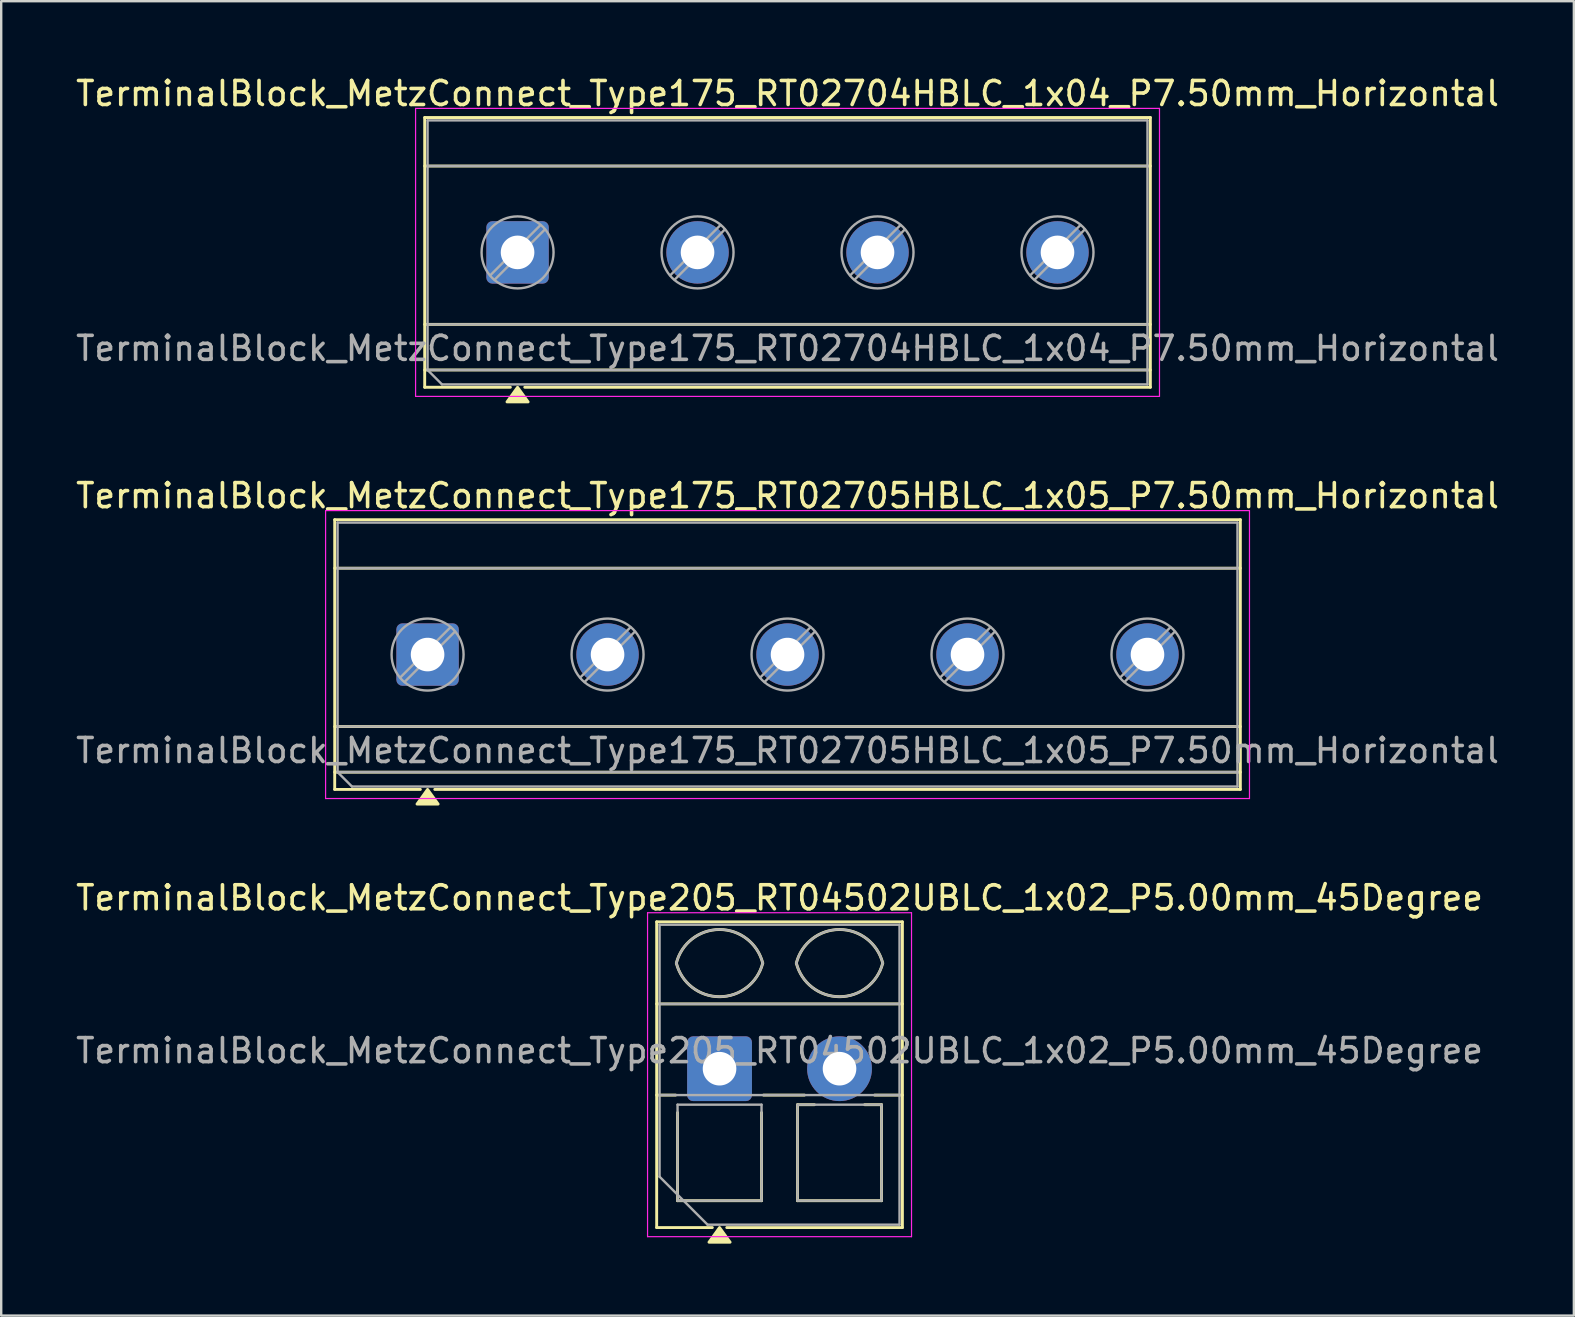
<source format=kicad_pcb>
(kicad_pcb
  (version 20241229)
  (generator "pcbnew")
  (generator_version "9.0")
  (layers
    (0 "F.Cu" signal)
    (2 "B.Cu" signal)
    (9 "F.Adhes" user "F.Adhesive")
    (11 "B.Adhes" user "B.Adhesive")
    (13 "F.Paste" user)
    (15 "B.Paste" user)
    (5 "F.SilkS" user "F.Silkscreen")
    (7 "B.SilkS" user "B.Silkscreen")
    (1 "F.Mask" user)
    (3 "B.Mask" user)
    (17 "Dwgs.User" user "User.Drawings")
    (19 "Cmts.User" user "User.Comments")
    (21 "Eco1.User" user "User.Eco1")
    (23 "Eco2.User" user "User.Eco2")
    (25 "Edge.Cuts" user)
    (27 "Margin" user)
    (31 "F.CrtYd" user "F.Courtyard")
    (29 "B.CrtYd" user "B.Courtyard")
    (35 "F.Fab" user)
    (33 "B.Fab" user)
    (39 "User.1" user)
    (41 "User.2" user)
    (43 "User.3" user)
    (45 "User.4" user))
  (footprint "TerminalBlock_MetzConnect_Type175_RT02705HBLC_1x05_P7.50mm_Horizontal"
    (layer "F.Cu")
    (at 14.768 24.227)
    (property "Reference" "TerminalBlock_MetzConnect_Type175_RT02705HBLC_1x05_P7.50mm_Horizontal" (at 15 -6.62 0) (layer "F.SilkS") (effects (font (size 1 1) (thickness 0.15))))
    (attr through_hole)
    (fp_line (start -3.87 -5.62) (end -3.87 5.62) (stroke (width 0.12) (type solid)) (layer "F.SilkS"))
    (fp_line (start -3.87 -5.62) (end 33.87 -5.62) (stroke (width 0.12) (type solid)) (layer "F.SilkS"))
    (fp_line (start -3.87 -3.6) (end 33.87 -3.6) (stroke (width 0.12) (type solid)) (layer "F.SilkS"))
    (fp_line (start -3.87 3) (end 33.87 3) (stroke (width 0.12) (type solid)) (layer "F.SilkS"))
    (fp_line (start -3.87 4.9) (end 33.87 4.9) (stroke (width 0.12) (type solid)) (layer "F.SilkS"))
    (fp_line (start -3.87 5.62) (end -0.3 5.62) (stroke (width 0.12) (type solid)) (layer "F.SilkS"))
    (fp_line (start 0.3 5.62) (end 33.87 5.62) (stroke (width 0.12) (type solid)) (layer "F.SilkS"))
    (fp_line (start 33.87 -5.62) (end 33.87 5.62) (stroke (width 0.12) (type solid)) (layer "F.SilkS"))
    (fp_poly (pts (xy 0 5.62) (xy 0.44 6.23) (xy -0.44 6.23)) (stroke (width 0.12) (type solid)) (fill yes) (layer "F.SilkS"))
    (fp_line (start -4.25 -6) (end -4.25 6) (stroke (width 0.05) (type solid)) (layer "F.CrtYd"))
    (fp_line (start -4.25 6) (end 34.25 6) (stroke (width 0.05) (type solid)) (layer "F.CrtYd"))
    (fp_line (start 34.25 -6) (end -4.25 -6) (stroke (width 0.05) (type solid)) (layer "F.CrtYd"))
    (fp_line (start 34.25 6) (end 34.25 -6) (stroke (width 0.05) (type solid)) (layer "F.CrtYd"))
    (fp_line (start -3.75 -5.5) (end 33.75 -5.5) (stroke (width 0.1) (type solid)) (layer "F.Fab"))
    (fp_line (start -3.75 -3.6) (end 33.75 -3.6) (stroke (width 0.1) (type solid)) (layer "F.Fab"))
    (fp_line (start -3.75 3) (end 33.75 3) (stroke (width 0.1) (type solid)) (layer "F.Fab"))
    (fp_line (start -3.75 4.9) (end -3.75 -5.5) (stroke (width 0.1) (type solid)) (layer "F.Fab"))
    (fp_line (start -3.75 4.9) (end 33.75 4.9) (stroke (width 0.1) (type solid)) (layer "F.Fab"))
    (fp_line (start -3.15 5.5) (end -3.75 4.9) (stroke (width 0.1) (type solid)) (layer "F.Fab"))
    (fp_line (start 0.955 -1.138) (end -1.138 0.955) (stroke (width 0.1) (type solid)) (layer "F.Fab"))
    (fp_line (start 1.138 -0.955) (end -0.955 1.138) (stroke (width 0.1) (type solid)) (layer "F.Fab"))
    (fp_line (start 8.455 -1.138) (end 6.362 0.955) (stroke (width 0.1) (type solid)) (layer "F.Fab"))
    (fp_line (start 8.638 -0.955) (end 6.545 1.138) (stroke (width 0.1) (type solid)) (layer "F.Fab"))
    (fp_line (start 15.955 -1.138) (end 13.862 0.955) (stroke (width 0.1) (type solid)) (layer "F.Fab"))
    (fp_line (start 16.138 -0.955) (end 14.045 1.138) (stroke (width 0.1) (type solid)) (layer "F.Fab"))
    (fp_line (start 23.455 -1.138) (end 21.362 0.955) (stroke (width 0.1) (type solid)) (layer "F.Fab"))
    (fp_line (start 23.638 -0.955) (end 21.545 1.138) (stroke (width 0.1) (type solid)) (layer "F.Fab"))
    (fp_line (start 30.955 -1.138) (end 28.862 0.955) (stroke (width 0.1) (type solid)) (layer "F.Fab"))
    (fp_line (start 31.138 -0.955) (end 29.045 1.138) (stroke (width 0.1) (type solid)) (layer "F.Fab"))
    (fp_line (start 33.75 -5.5) (end 33.75 5.5) (stroke (width 0.1) (type solid)) (layer "F.Fab"))
    (fp_line (start 33.75 5.5) (end -3.15 5.5) (stroke (width 0.1) (type solid)) (layer "F.Fab"))
    (fp_circle (center 0 0) (end 1.5 0) (stroke (width 0.1) (type solid)) (fill no) (layer "F.Fab"))
    (fp_circle (center 7.5 0) (end 9 0) (stroke (width 0.1) (type solid)) (fill no) (layer "F.Fab"))
    (fp_circle (center 15 0) (end 16.5 0) (stroke (width 0.1) (type solid)) (fill no) (layer "F.Fab"))
    (fp_circle (center 22.5 0) (end 24 0) (stroke (width 0.1) (type solid)) (fill no) (layer "F.Fab"))
    (fp_circle (center 30 0) (end 31.5 0) (stroke (width 0.1) (type solid)) (fill no) (layer "F.Fab"))
    (fp_text user "${REFERENCE}" (at 15 4 0) (layer "F.Fab") (effects (font (size 1 1) (thickness 0.15))))
    (pad "1" thru_hole roundrect (at 0 0) (size 2.6 2.6) (drill 1.4) (layers "*.Cu" "*.Mask") (roundrect_rratio 0.096))
    (pad "2" thru_hole circle (at 7.5 0) (size 2.6 2.6) (drill 1.4) (layers "*.Cu" "*.Mask"))
    (pad "3" thru_hole circle (at 15 0) (size 2.6 2.6) (drill 1.4) (layers "*.Cu" "*.Mask"))
    (pad "4" thru_hole circle (at 22.5 0) (size 2.6 2.6) (drill 1.4) (layers "*.Cu" "*.Mask"))
    (pad "5" thru_hole circle (at 30 0) (size 2.6 2.6) (drill 1.4) (layers "*.Cu" "*.Mask")))
  (footprint "TerminalBlock_MetzConnect_Type205_RT04502UBLC_1x02_P5.00mm_45Degree"
    (layer "F.Cu")
    (at 26.935 41.485)
    (property "Reference" "TerminalBlock_MetzConnect_Type205_RT04502UBLC_1x02_P5.00mm_45Degree" (at 2.5 -7.12 0) (layer "F.SilkS") (effects (font (size 1 1) (thickness 0.15))))
    (attr through_hole)
    (fp_line (start -2.62 -6.12) (end -2.62 6.62) (stroke (width 0.12) (type solid)) (layer "F.SilkS"))
    (fp_line (start -2.62 -6.12) (end 7.62 -6.12) (stroke (width 0.12) (type solid)) (layer "F.SilkS"))
    (fp_line (start -2.62 -2.7) (end 7.62 -2.7) (stroke (width 0.12) (type solid)) (layer "F.SilkS"))
    (fp_line (start -2.62 1.1) (end -1.83 1.1) (stroke (width 0.12) (type solid)) (layer "F.SilkS"))
    (fp_line (start -2.62 6.62) (end -0.3 6.62) (stroke (width 0.12) (type solid)) (layer "F.SilkS"))
    (fp_line (start -1.75 1.83) (end -1.75 5.5) (stroke (width 0.12) (type solid)) (layer "F.SilkS"))
    (fp_line (start -1.75 5.5) (end 1.75 5.5) (stroke (width 0.12) (type solid)) (layer "F.SilkS"))
    (fp_line (start 0.3 6.62) (end 7.62 6.62) (stroke (width 0.12) (type solid)) (layer "F.SilkS"))
    (fp_line (start 1.75 1.83) (end 1.75 5.5) (stroke (width 0.12) (type solid)) (layer "F.SilkS"))
    (fp_line (start 1.83 1.1) (end 3.538 1.1) (stroke (width 0.12) (type solid)) (layer "F.SilkS"))
    (fp_line (start 3.25 1.5) (end 3.25 5.5) (stroke (width 0.12) (type solid)) (layer "F.SilkS"))
    (fp_line (start 3.25 1.5) (end 3.952 1.5) (stroke (width 0.12) (type solid)) (layer "F.SilkS"))
    (fp_line (start 3.25 5.5) (end 6.75 5.5) (stroke (width 0.12) (type solid)) (layer "F.SilkS"))
    (fp_line (start 6.048 1.5) (end 6.75 1.5) (stroke (width 0.12) (type solid)) (layer "F.SilkS"))
    (fp_line (start 6.462 1.1) (end 7.62 1.1) (stroke (width 0.12) (type solid)) (layer "F.SilkS"))
    (fp_line (start 6.75 1.5) (end 6.75 5.5) (stroke (width 0.12) (type solid)) (layer "F.SilkS"))
    (fp_line (start 7.62 -6.12) (end 7.62 6.62) (stroke (width 0.12) (type solid)) (layer "F.SilkS"))
    (fp_arc (start -1.8 -4.4) (mid 0 -5.8) (end 1.8 -4.4) (stroke (width 0.12) (type solid)) (layer "F.SilkS"))
    (fp_arc (start 1.8 -4.4) (mid 0 -3) (end -1.8 -4.4) (stroke (width 0.12) (type solid)) (layer "F.SilkS"))
    (fp_arc (start 3.2 -4.4) (mid 5 -5.8) (end 6.8 -4.4) (stroke (width 0.12) (type solid)) (layer "F.SilkS"))
    (fp_arc (start 6.8 -4.4) (mid 5 -3) (end 3.2 -4.4) (stroke (width 0.12) (type solid)) (layer "F.SilkS"))
    (fp_poly (pts (xy 0 6.62) (xy 0.44 7.23) (xy -0.44 7.23)) (stroke (width 0.12) (type solid)) (fill yes) (layer "F.SilkS"))
    (fp_line (start -3 -6.5) (end -3 7) (stroke (width 0.05) (type solid)) (layer "F.CrtYd"))
    (fp_line (start -3 7) (end 8 7) (stroke (width 0.05) (type solid)) (layer "F.CrtYd"))
    (fp_line (start 8 -6.5) (end -3 -6.5) (stroke (width 0.05) (type solid)) (layer "F.CrtYd"))
    (fp_line (start 8 7) (end 8 -6.5) (stroke (width 0.05) (type solid)) (layer "F.CrtYd"))
    (fp_line (start -2.5 -6) (end 7.5 -6) (stroke (width 0.1) (type solid)) (layer "F.Fab"))
    (fp_line (start -2.5 -2.7) (end 7.5 -2.7) (stroke (width 0.1) (type solid)) (layer "F.Fab"))
    (fp_line (start -2.5 1.1) (end 7.5 1.1) (stroke (width 0.1) (type solid)) (layer "F.Fab"))
    (fp_line (start -2.5 4.5) (end -2.5 -6) (stroke (width 0.1) (type solid)) (layer "F.Fab"))
    (fp_line (start -1.75 1.5) (end -1.75 5.5) (stroke (width 0.1) (type solid)) (layer "F.Fab"))
    (fp_line (start -1.75 5.5) (end 1.75 5.5) (stroke (width 0.1) (type solid)) (layer "F.Fab"))
    (fp_line (start -0.5 6.5) (end -2.5 4.5) (stroke (width 0.1) (type solid)) (layer "F.Fab"))
    (fp_line (start 1.75 1.5) (end -1.75 1.5) (stroke (width 0.1) (type solid)) (layer "F.Fab"))
    (fp_line (start 1.75 5.5) (end 1.75 1.5) (stroke (width 0.1) (type solid)) (layer "F.Fab"))
    (fp_line (start 3.25 1.5) (end 3.25 5.5) (stroke (width 0.1) (type solid)) (layer "F.Fab"))
    (fp_line (start 3.25 5.5) (end 6.75 5.5) (stroke (width 0.1) (type solid)) (layer "F.Fab"))
    (fp_line (start 6.75 1.5) (end 3.25 1.5) (stroke (width 0.1) (type solid)) (layer "F.Fab"))
    (fp_line (start 6.75 5.5) (end 6.75 1.5) (stroke (width 0.1) (type solid)) (layer "F.Fab"))
    (fp_line (start 7.5 -6) (end 7.5 6.5) (stroke (width 0.1) (type solid)) (layer "F.Fab"))
    (fp_line (start 7.5 6.5) (end -0.5 6.5) (stroke (width 0.1) (type solid)) (layer "F.Fab"))
    (fp_arc (start -1.8 -4.4) (mid 0 -5.8) (end 1.8 -4.4) (stroke (width 0.1) (type solid)) (layer "F.Fab"))
    (fp_arc (start 1.8 -4.4) (mid 0 -3) (end -1.8 -4.4) (stroke (width 0.1) (type solid)) (layer "F.Fab"))
    (fp_arc (start 3.2 -4.4) (mid 5 -5.8) (end 6.8 -4.4) (stroke (width 0.1) (type solid)) (layer "F.Fab"))
    (fp_arc (start 6.8 -4.4) (mid 5 -3) (end 3.2 -4.4) (stroke (width 0.1) (type solid)) (layer "F.Fab"))
    (fp_text user "${REFERENCE}" (at 2.5 -0.75 0) (layer "F.Fab") (effects (font (size 1 1) (thickness 0.15))))
    (pad "1" thru_hole roundrect (at 0 0) (size 2.7 2.7) (drill 1.4) (layers "*.Cu" "*.Mask") (roundrect_rratio 0.093))
    (pad "2" thru_hole circle (at 5 0) (size 2.7 2.7) (drill 1.4) (layers "*.Cu" "*.Mask")))
  (footprint "TerminalBlock_MetzConnect_Type175_RT02704HBLC_1x04_P7.50mm_Horizontal"
    (layer "F.Cu")
    (at 18.518 7.468)
    (property "Reference" "TerminalBlock_MetzConnect_Type175_RT02704HBLC_1x04_P7.50mm_Horizontal" (at 11.25 -6.62 0) (layer "F.SilkS") (effects (font (size 1 1) (thickness 0.15))))
    (attr through_hole)
    (fp_line (start -3.87 -5.62) (end -3.87 5.62) (stroke (width 0.12) (type solid)) (layer "F.SilkS"))
    (fp_line (start -3.87 -5.62) (end 26.37 -5.62) (stroke (width 0.12) (type solid)) (layer "F.SilkS"))
    (fp_line (start -3.87 -3.6) (end 26.37 -3.6) (stroke (width 0.12) (type solid)) (layer "F.SilkS"))
    (fp_line (start -3.87 3) (end 26.37 3) (stroke (width 0.12) (type solid)) (layer "F.SilkS"))
    (fp_line (start -3.87 4.9) (end 26.37 4.9) (stroke (width 0.12) (type solid)) (layer "F.SilkS"))
    (fp_line (start -3.87 5.62) (end -0.3 5.62) (stroke (width 0.12) (type solid)) (layer "F.SilkS"))
    (fp_line (start 0.3 5.62) (end 26.37 5.62) (stroke (width 0.12) (type solid)) (layer "F.SilkS"))
    (fp_line (start 26.37 -5.62) (end 26.37 5.62) (stroke (width 0.12) (type solid)) (layer "F.SilkS"))
    (fp_poly (pts (xy 0 5.62) (xy 0.44 6.23) (xy -0.44 6.23)) (stroke (width 0.12) (type solid)) (fill yes) (layer "F.SilkS"))
    (fp_line (start -4.25 -6) (end -4.25 6) (stroke (width 0.05) (type solid)) (layer "F.CrtYd"))
    (fp_line (start -4.25 6) (end 26.75 6) (stroke (width 0.05) (type solid)) (layer "F.CrtYd"))
    (fp_line (start 26.75 -6) (end -4.25 -6) (stroke (width 0.05) (type solid)) (layer "F.CrtYd"))
    (fp_line (start 26.75 6) (end 26.75 -6) (stroke (width 0.05) (type solid)) (layer "F.CrtYd"))
    (fp_line (start -3.75 -5.5) (end 26.25 -5.5) (stroke (width 0.1) (type solid)) (layer "F.Fab"))
    (fp_line (start -3.75 -3.6) (end 26.25 -3.6) (stroke (width 0.1) (type solid)) (layer "F.Fab"))
    (fp_line (start -3.75 3) (end 26.25 3) (stroke (width 0.1) (type solid)) (layer "F.Fab"))
    (fp_line (start -3.75 4.9) (end -3.75 -5.5) (stroke (width 0.1) (type solid)) (layer "F.Fab"))
    (fp_line (start -3.75 4.9) (end 26.25 4.9) (stroke (width 0.1) (type solid)) (layer "F.Fab"))
    (fp_line (start -3.15 5.5) (end -3.75 4.9) (stroke (width 0.1) (type solid)) (layer "F.Fab"))
    (fp_line (start 0.955 -1.138) (end -1.138 0.955) (stroke (width 0.1) (type solid)) (layer "F.Fab"))
    (fp_line (start 1.138 -0.955) (end -0.955 1.138) (stroke (width 0.1) (type solid)) (layer "F.Fab"))
    (fp_line (start 8.455 -1.138) (end 6.362 0.955) (stroke (width 0.1) (type solid)) (layer "F.Fab"))
    (fp_line (start 8.638 -0.955) (end 6.545 1.138) (stroke (width 0.1) (type solid)) (layer "F.Fab"))
    (fp_line (start 15.955 -1.138) (end 13.862 0.955) (stroke (width 0.1) (type solid)) (layer "F.Fab"))
    (fp_line (start 16.138 -0.955) (end 14.045 1.138) (stroke (width 0.1) (type solid)) (layer "F.Fab"))
    (fp_line (start 23.455 -1.138) (end 21.362 0.955) (stroke (width 0.1) (type solid)) (layer "F.Fab"))
    (fp_line (start 23.638 -0.955) (end 21.545 1.138) (stroke (width 0.1) (type solid)) (layer "F.Fab"))
    (fp_line (start 26.25 -5.5) (end 26.25 5.5) (stroke (width 0.1) (type solid)) (layer "F.Fab"))
    (fp_line (start 26.25 5.5) (end -3.15 5.5) (stroke (width 0.1) (type solid)) (layer "F.Fab"))
    (fp_circle (center 0 0) (end 1.5 0) (stroke (width 0.1) (type solid)) (fill no) (layer "F.Fab"))
    (fp_circle (center 7.5 0) (end 9 0) (stroke (width 0.1) (type solid)) (fill no) (layer "F.Fab"))
    (fp_circle (center 15 0) (end 16.5 0) (stroke (width 0.1) (type solid)) (fill no) (layer "F.Fab"))
    (fp_circle (center 22.5 0) (end 24 0) (stroke (width 0.1) (type solid)) (fill no) (layer "F.Fab"))
    (fp_text user "${REFERENCE}" (at 11.25 4 0) (layer "F.Fab") (effects (font (size 1 1) (thickness 0.15))))
    (pad "1" thru_hole roundrect (at 0 0) (size 2.6 2.6) (drill 1.4) (layers "*.Cu" "*.Mask") (roundrect_rratio 0.096))
    (pad "2" thru_hole circle (at 7.5 0) (size 2.6 2.6) (drill 1.4) (layers "*.Cu" "*.Mask"))
    (pad "3" thru_hole circle (at 15 0) (size 2.6 2.6) (drill 1.4) (layers "*.Cu" "*.Mask"))
    (pad "4" thru_hole circle (at 22.5 0) (size 2.6 2.6) (drill 1.4) (layers "*.Cu" "*.Mask")))
  (gr_rect
    (start -3 -3)
    (end 62.536 51.775)
    (stroke (width 0.1) (type default))
    (fill no)
    (layer "Edge.Cuts")))
</source>
